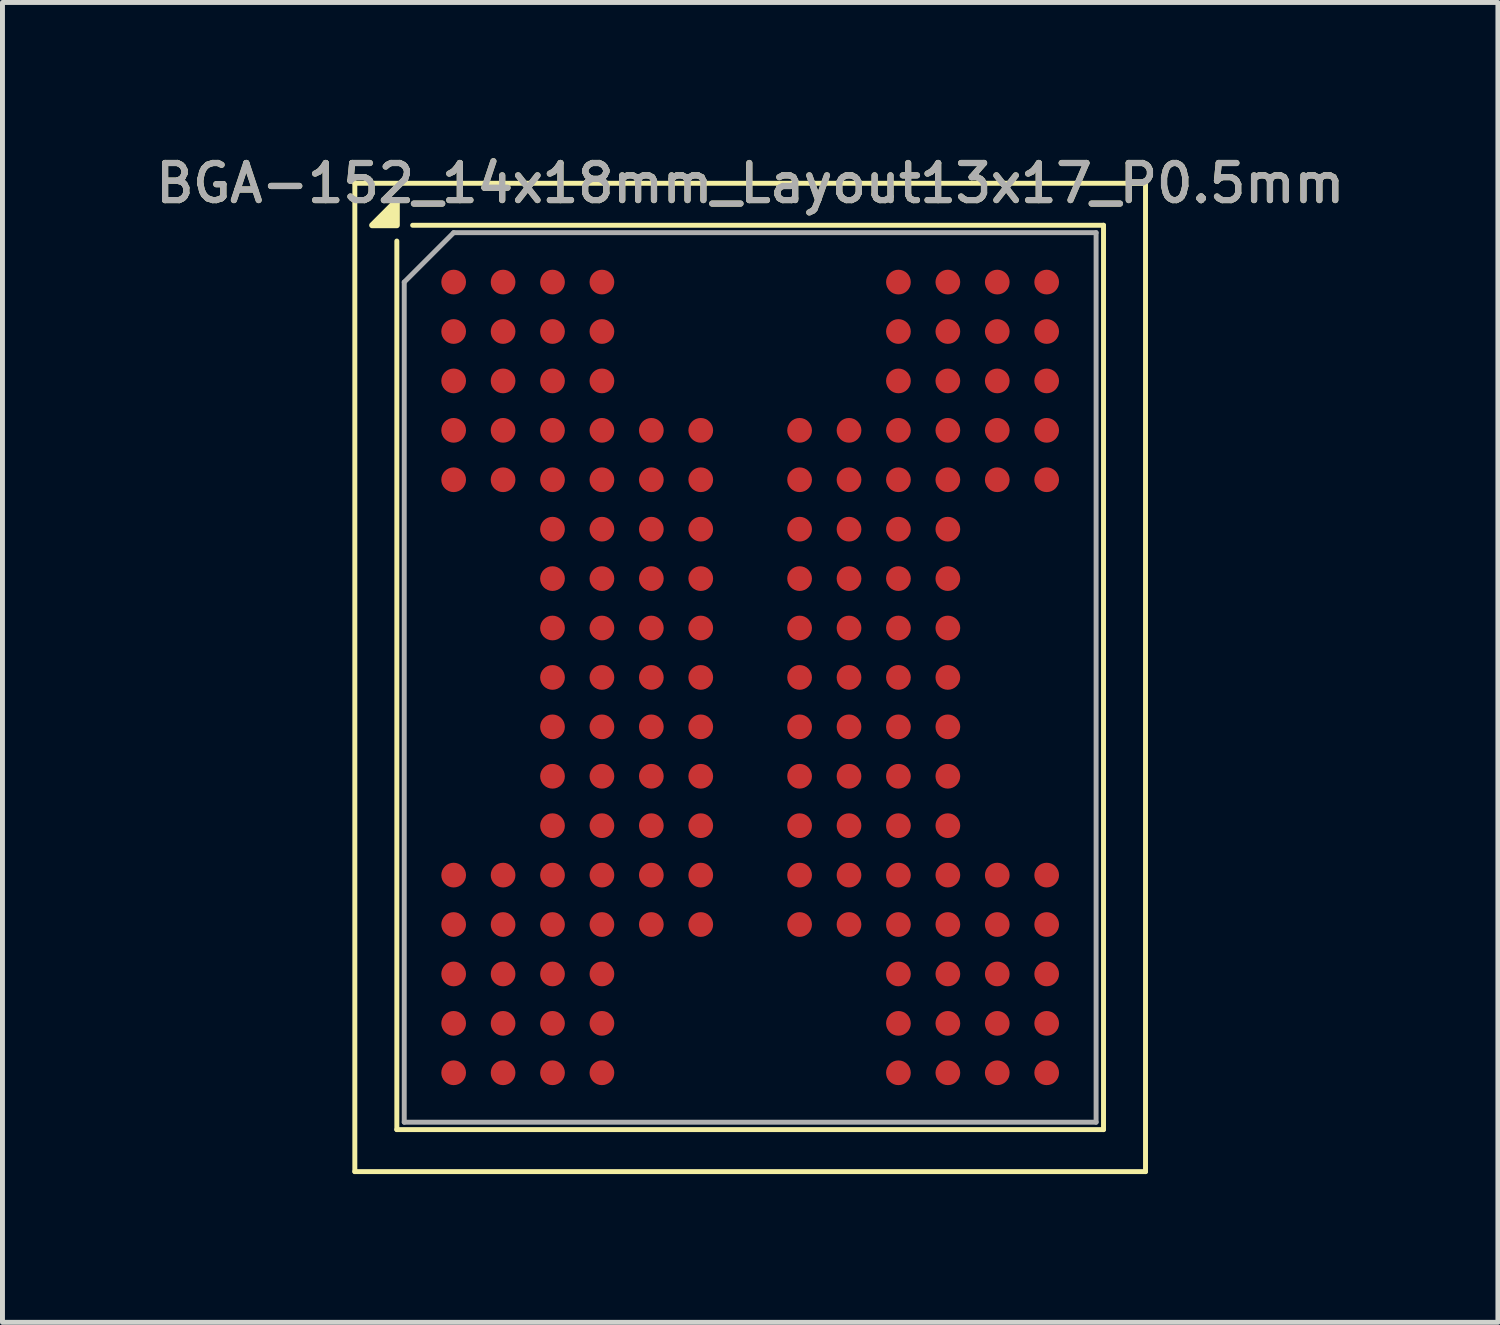
<source format=kicad_pcb>
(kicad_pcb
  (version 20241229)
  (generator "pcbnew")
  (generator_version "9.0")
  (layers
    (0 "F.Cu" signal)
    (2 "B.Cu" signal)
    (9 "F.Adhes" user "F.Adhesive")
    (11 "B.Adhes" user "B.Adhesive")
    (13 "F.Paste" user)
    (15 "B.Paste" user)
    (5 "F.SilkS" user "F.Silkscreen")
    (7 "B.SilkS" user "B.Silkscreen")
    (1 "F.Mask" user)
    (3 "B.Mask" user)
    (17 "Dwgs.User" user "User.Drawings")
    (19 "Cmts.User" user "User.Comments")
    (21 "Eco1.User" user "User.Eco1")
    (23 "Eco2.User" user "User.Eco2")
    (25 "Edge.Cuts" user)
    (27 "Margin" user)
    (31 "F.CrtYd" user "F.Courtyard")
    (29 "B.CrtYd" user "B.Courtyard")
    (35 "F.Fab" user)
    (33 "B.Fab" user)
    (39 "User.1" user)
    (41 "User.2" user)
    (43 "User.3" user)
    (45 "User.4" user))
  (footprint "BGA-152_14x18mm_Layout13x17_P0.5mm"
    (layer "F.Cu")
    (at 12.13 10.658)
    (property "Reference" "BGA-152_14x18mm_Layout13x17_P0.5mm" (at 0 -10 0) (layer "F.SilkS") (effects (font (size 0.75 0.75) (thickness 0.125))))
    (attr smd)
    (fp_line (start -8 -10) (end 8 -10) (stroke (width 0.1) (type solid)) (layer "F.SilkS"))
    (fp_line (start -8 10) (end -8 -10) (stroke (width 0.1) (type solid)) (layer "F.SilkS"))
    (fp_line (start -7.15 9.15) (end -7.15 -8.83) (stroke (width 0.1) (type solid)) (layer "F.SilkS"))
    (fp_line (start -6.83 -9.15) (end 7.15 -9.15) (stroke (width 0.1) (type solid)) (layer "F.SilkS"))
    (fp_line (start 7.15 -9.15) (end 7.15 9.15) (stroke (width 0.1) (type solid)) (layer "F.SilkS"))
    (fp_line (start 7.15 9.15) (end -7.15 9.15) (stroke (width 0.1) (type solid)) (layer "F.SilkS"))
    (fp_line (start 8 -10) (end 8 10) (stroke (width 0.1) (type solid)) (layer "F.SilkS"))
    (fp_line (start 8 10) (end -8 10) (stroke (width 0.1) (type solid)) (layer "F.SilkS"))
    (fp_poly (pts (xy -7.15 -9.15) (xy -7.65 -9.15) (xy -7.15 -9.65) (xy -7.15 -9.15)) (stroke (width 0.12) (type solid)) (fill yes) (layer "F.SilkS"))
    (fp_line (start -7 -8) (end -7 9) (stroke (width 0.1) (type solid)) (layer "F.Fab"))
    (fp_line (start -7 9) (end 7 9) (stroke (width 0.1) (type solid)) (layer "F.Fab"))
    (fp_line (start -6 -9) (end -7 -8) (stroke (width 0.1) (type solid)) (layer "F.Fab"))
    (fp_line (start 7 -9) (end -6 -9) (stroke (width 0.1) (type solid)) (layer "F.Fab"))
    (fp_line (start 7 9) (end 7 -9) (stroke (width 0.1) (type solid)) (layer "F.Fab"))
    (fp_text user "${REFERENCE}" (at 0 -10 0) (layer "F.Fab") (effects (font (size 0.75 0.75) (thickness 0.125))))
    (pad "A1" smd circle (at -6 -8) (size 0.5 0.5) (property pad_prop_bga) (layers "F.Cu" "F.Mask" "F.Paste"))
    (pad "A2" smd circle (at -5 -8) (size 0.5 0.5) (property pad_prop_bga) (layers "F.Cu" "F.Mask" "F.Paste"))
    (pad "A3" smd circle (at -4 -8) (size 0.5 0.5) (property pad_prop_bga) (layers "F.Cu" "F.Mask" "F.Paste"))
    (pad "A4" smd circle (at -3 -8) (size 0.5 0.5) (property pad_prop_bga) (layers "F.Cu" "F.Mask" "F.Paste"))
    (pad "A10" smd circle (at 3 -8) (size 0.5 0.5) (property pad_prop_bga) (layers "F.Cu" "F.Mask" "F.Paste"))
    (pad "A11" smd circle (at 4 -8) (size 0.5 0.5) (property pad_prop_bga) (layers "F.Cu" "F.Mask" "F.Paste"))
    (pad "A12" smd circle (at 5 -8) (size 0.5 0.5) (property pad_prop_bga) (layers "F.Cu" "F.Mask" "F.Paste"))
    (pad "A13" smd circle (at 6 -8) (size 0.5 0.5) (property pad_prop_bga) (layers "F.Cu" "F.Mask" "F.Paste"))
    (pad "B1" smd circle (at -6 -7) (size 0.5 0.5) (property pad_prop_bga) (layers "F.Cu" "F.Mask" "F.Paste"))
    (pad "B2" smd circle (at -5 -7) (size 0.5 0.5) (property pad_prop_bga) (layers "F.Cu" "F.Mask" "F.Paste"))
    (pad "B3" smd circle (at -4 -7) (size 0.5 0.5) (property pad_prop_bga) (layers "F.Cu" "F.Mask" "F.Paste"))
    (pad "B4" smd circle (at -3 -7) (size 0.5 0.5) (property pad_prop_bga) (layers "F.Cu" "F.Mask" "F.Paste"))
    (pad "B10" smd circle (at 3 -7) (size 0.5 0.5) (property pad_prop_bga) (layers "F.Cu" "F.Mask" "F.Paste"))
    (pad "B11" smd circle (at 4 -7) (size 0.5 0.5) (property pad_prop_bga) (layers "F.Cu" "F.Mask" "F.Paste"))
    (pad "B12" smd circle (at 5 -7) (size 0.5 0.5) (property pad_prop_bga) (layers "F.Cu" "F.Mask" "F.Paste"))
    (pad "B13" smd circle (at 6 -7) (size 0.5 0.5) (property pad_prop_bga) (layers "F.Cu" "F.Mask" "F.Paste"))
    (pad "C1" smd circle (at -6 -6) (size 0.5 0.5) (property pad_prop_bga) (layers "F.Cu" "F.Mask" "F.Paste"))
    (pad "C2" smd circle (at -5 -6) (size 0.5 0.5) (property pad_prop_bga) (layers "F.Cu" "F.Mask" "F.Paste"))
    (pad "C3" smd circle (at -4 -6) (size 0.5 0.5) (property pad_prop_bga) (layers "F.Cu" "F.Mask" "F.Paste"))
    (pad "C4" smd circle (at -3 -6) (size 0.5 0.5) (property pad_prop_bga) (layers "F.Cu" "F.Mask" "F.Paste"))
    (pad "C10" smd circle (at 3 -6) (size 0.5 0.5) (property pad_prop_bga) (layers "F.Cu" "F.Mask" "F.Paste"))
    (pad "C11" smd circle (at 4 -6) (size 0.5 0.5) (property pad_prop_bga) (layers "F.Cu" "F.Mask" "F.Paste"))
    (pad "C12" smd circle (at 5 -6) (size 0.5 0.5) (property pad_prop_bga) (layers "F.Cu" "F.Mask" "F.Paste"))
    (pad "C13" smd circle (at 6 -6) (size 0.5 0.5) (property pad_prop_bga) (layers "F.Cu" "F.Mask" "F.Paste"))
    (pad "D1" smd circle (at -6 -5) (size 0.5 0.5) (property pad_prop_bga) (layers "F.Cu" "F.Mask" "F.Paste"))
    (pad "D2" smd circle (at -5 -5) (size 0.5 0.5) (property pad_prop_bga) (layers "F.Cu" "F.Mask" "F.Paste"))
    (pad "D3" smd circle (at -4 -5) (size 0.5 0.5) (property pad_prop_bga) (layers "F.Cu" "F.Mask" "F.Paste"))
    (pad "D4" smd circle (at -3 -5) (size 0.5 0.5) (property pad_prop_bga) (layers "F.Cu" "F.Mask" "F.Paste"))
    (pad "D5" smd circle (at -2 -5) (size 0.5 0.5) (property pad_prop_bga) (layers "F.Cu" "F.Mask" "F.Paste"))
    (pad "D6" smd circle (at -1 -5) (size 0.5 0.5) (property pad_prop_bga) (layers "F.Cu" "F.Mask" "F.Paste"))
    (pad "D8" smd circle (at 1 -5) (size 0.5 0.5) (property pad_prop_bga) (layers "F.Cu" "F.Mask" "F.Paste"))
    (pad "D9" smd circle (at 2 -5) (size 0.5 0.5) (property pad_prop_bga) (layers "F.Cu" "F.Mask" "F.Paste"))
    (pad "D10" smd circle (at 3 -5) (size 0.5 0.5) (property pad_prop_bga) (layers "F.Cu" "F.Mask" "F.Paste"))
    (pad "D11" smd circle (at 4 -5) (size 0.5 0.5) (property pad_prop_bga) (layers "F.Cu" "F.Mask" "F.Paste"))
    (pad "D12" smd circle (at 5 -5) (size 0.5 0.5) (property pad_prop_bga) (layers "F.Cu" "F.Mask" "F.Paste"))
    (pad "D13" smd circle (at 6 -5) (size 0.5 0.5) (property pad_prop_bga) (layers "F.Cu" "F.Mask" "F.Paste"))
    (pad "E1" smd circle (at -6 -4) (size 0.5 0.5) (property pad_prop_bga) (layers "F.Cu" "F.Mask" "F.Paste"))
    (pad "E2" smd circle (at -5 -4) (size 0.5 0.5) (property pad_prop_bga) (layers "F.Cu" "F.Mask" "F.Paste"))
    (pad "E3" smd circle (at -4 -4) (size 0.5 0.5) (property pad_prop_bga) (layers "F.Cu" "F.Mask" "F.Paste"))
    (pad "E4" smd circle (at -3 -4) (size 0.5 0.5) (property pad_prop_bga) (layers "F.Cu" "F.Mask" "F.Paste"))
    (pad "E5" smd circle (at -2 -4) (size 0.5 0.5) (property pad_prop_bga) (layers "F.Cu" "F.Mask" "F.Paste"))
    (pad "E6" smd circle (at -1 -4) (size 0.5 0.5) (property pad_prop_bga) (layers "F.Cu" "F.Mask" "F.Paste"))
    (pad "E8" smd circle (at 1 -4) (size 0.5 0.5) (property pad_prop_bga) (layers "F.Cu" "F.Mask" "F.Paste"))
    (pad "E9" smd circle (at 2 -4) (size 0.5 0.5) (property pad_prop_bga) (layers "F.Cu" "F.Mask" "F.Paste"))
    (pad "E10" smd circle (at 3 -4) (size 0.5 0.5) (property pad_prop_bga) (layers "F.Cu" "F.Mask" "F.Paste"))
    (pad "E11" smd circle (at 4 -4) (size 0.5 0.5) (property pad_prop_bga) (layers "F.Cu" "F.Mask" "F.Paste"))
    (pad "E12" smd circle (at 5 -4) (size 0.5 0.5) (property pad_prop_bga) (layers "F.Cu" "F.Mask" "F.Paste"))
    (pad "E13" smd circle (at 6 -4) (size 0.5 0.5) (property pad_prop_bga) (layers "F.Cu" "F.Mask" "F.Paste"))
    (pad "F3" smd circle (at -4 -3) (size 0.5 0.5) (property pad_prop_bga) (layers "F.Cu" "F.Mask" "F.Paste"))
    (pad "F4" smd circle (at -3 -3) (size 0.5 0.5) (property pad_prop_bga) (layers "F.Cu" "F.Mask" "F.Paste"))
    (pad "F5" smd circle (at -2 -3) (size 0.5 0.5) (property pad_prop_bga) (layers "F.Cu" "F.Mask" "F.Paste"))
    (pad "F6" smd circle (at -1 -3) (size 0.5 0.5) (property pad_prop_bga) (layers "F.Cu" "F.Mask" "F.Paste"))
    (pad "F8" smd circle (at 1 -3) (size 0.5 0.5) (property pad_prop_bga) (layers "F.Cu" "F.Mask" "F.Paste"))
    (pad "F9" smd circle (at 2 -3) (size 0.5 0.5) (property pad_prop_bga) (layers "F.Cu" "F.Mask" "F.Paste"))
    (pad "F10" smd circle (at 3 -3) (size 0.5 0.5) (property pad_prop_bga) (layers "F.Cu" "F.Mask" "F.Paste"))
    (pad "F11" smd circle (at 4 -3) (size 0.5 0.5) (property pad_prop_bga) (layers "F.Cu" "F.Mask" "F.Paste"))
    (pad "G3" smd circle (at -4 -2) (size 0.5 0.5) (property pad_prop_bga) (layers "F.Cu" "F.Mask" "F.Paste"))
    (pad "G4" smd circle (at -3 -2) (size 0.5 0.5) (property pad_prop_bga) (layers "F.Cu" "F.Mask" "F.Paste"))
    (pad "G5" smd circle (at -2 -2) (size 0.5 0.5) (property pad_prop_bga) (layers "F.Cu" "F.Mask" "F.Paste"))
    (pad "G6" smd circle (at -1 -2) (size 0.5 0.5) (property pad_prop_bga) (layers "F.Cu" "F.Mask" "F.Paste"))
    (pad "G8" smd circle (at 1 -2) (size 0.5 0.5) (property pad_prop_bga) (layers "F.Cu" "F.Mask" "F.Paste"))
    (pad "G9" smd circle (at 2 -2) (size 0.5 0.5) (property pad_prop_bga) (layers "F.Cu" "F.Mask" "F.Paste"))
    (pad "G10" smd circle (at 3 -2) (size 0.5 0.5) (property pad_prop_bga) (layers "F.Cu" "F.Mask" "F.Paste"))
    (pad "G11" smd circle (at 4 -2) (size 0.5 0.5) (property pad_prop_bga) (layers "F.Cu" "F.Mask" "F.Paste"))
    (pad "H3" smd circle (at -4 -1) (size 0.5 0.5) (property pad_prop_bga) (layers "F.Cu" "F.Mask" "F.Paste"))
    (pad "H4" smd circle (at -3 -1) (size 0.5 0.5) (property pad_prop_bga) (layers "F.Cu" "F.Mask" "F.Paste"))
    (pad "H5" smd circle (at -2 -1) (size 0.5 0.5) (property pad_prop_bga) (layers "F.Cu" "F.Mask" "F.Paste"))
    (pad "H6" smd circle (at -1 -1) (size 0.5 0.5) (property pad_prop_bga) (layers "F.Cu" "F.Mask" "F.Paste"))
    (pad "H8" smd circle (at 1 -1) (size 0.5 0.5) (property pad_prop_bga) (layers "F.Cu" "F.Mask" "F.Paste"))
    (pad "H9" smd circle (at 2 -1) (size 0.5 0.5) (property pad_prop_bga) (layers "F.Cu" "F.Mask" "F.Paste"))
    (pad "H10" smd circle (at 3 -1) (size 0.5 0.5) (property pad_prop_bga) (layers "F.Cu" "F.Mask" "F.Paste"))
    (pad "H11" smd circle (at 4 -1) (size 0.5 0.5) (property pad_prop_bga) (layers "F.Cu" "F.Mask" "F.Paste"))
    (pad "J3" smd circle (at -4 0) (size 0.5 0.5) (property pad_prop_bga) (layers "F.Cu" "F.Mask" "F.Paste"))
    (pad "J4" smd circle (at -3 0) (size 0.5 0.5) (property pad_prop_bga) (layers "F.Cu" "F.Mask" "F.Paste"))
    (pad "J5" smd circle (at -2 0) (size 0.5 0.5) (property pad_prop_bga) (layers "F.Cu" "F.Mask" "F.Paste"))
    (pad "J6" smd circle (at -1 0) (size 0.5 0.5) (property pad_prop_bga) (layers "F.Cu" "F.Mask" "F.Paste"))
    (pad "J8" smd circle (at 1 0) (size 0.5 0.5) (property pad_prop_bga) (layers "F.Cu" "F.Mask" "F.Paste"))
    (pad "J9" smd circle (at 2 0) (size 0.5 0.5) (property pad_prop_bga) (layers "F.Cu" "F.Mask" "F.Paste"))
    (pad "J10" smd circle (at 3 0) (size 0.5 0.5) (property pad_prop_bga) (layers "F.Cu" "F.Mask" "F.Paste"))
    (pad "J11" smd circle (at 4 0) (size 0.5 0.5) (property pad_prop_bga) (layers "F.Cu" "F.Mask" "F.Paste"))
    (pad "K3" smd circle (at -4 1) (size 0.5 0.5) (property pad_prop_bga) (layers "F.Cu" "F.Mask" "F.Paste"))
    (pad "K4" smd circle (at -3 1) (size 0.5 0.5) (property pad_prop_bga) (layers "F.Cu" "F.Mask" "F.Paste"))
    (pad "K5" smd circle (at -2 1) (size 0.5 0.5) (property pad_prop_bga) (layers "F.Cu" "F.Mask" "F.Paste"))
    (pad "K6" smd circle (at -1 1) (size 0.5 0.5) (property pad_prop_bga) (layers "F.Cu" "F.Mask" "F.Paste"))
    (pad "K8" smd circle (at 1 1) (size 0.5 0.5) (property pad_prop_bga) (layers "F.Cu" "F.Mask" "F.Paste"))
    (pad "K9" smd circle (at 2 1) (size 0.5 0.5) (property pad_prop_bga) (layers "F.Cu" "F.Mask" "F.Paste"))
    (pad "K10" smd circle (at 3 1) (size 0.5 0.5) (property pad_prop_bga) (layers "F.Cu" "F.Mask" "F.Paste"))
    (pad "K11" smd circle (at 4 1) (size 0.5 0.5) (property pad_prop_bga) (layers "F.Cu" "F.Mask" "F.Paste"))
    (pad "L3" smd circle (at -4 2) (size 0.5 0.5) (property pad_prop_bga) (layers "F.Cu" "F.Mask" "F.Paste"))
    (pad "L4" smd circle (at -3 2) (size 0.5 0.5) (property pad_prop_bga) (layers "F.Cu" "F.Mask" "F.Paste"))
    (pad "L5" smd circle (at -2 2) (size 0.5 0.5) (property pad_prop_bga) (layers "F.Cu" "F.Mask" "F.Paste"))
    (pad "L6" smd circle (at -1 2) (size 0.5 0.5) (property pad_prop_bga) (layers "F.Cu" "F.Mask" "F.Paste"))
    (pad "L8" smd circle (at 1 2) (size 0.5 0.5) (property pad_prop_bga) (layers "F.Cu" "F.Mask" "F.Paste"))
    (pad "L9" smd circle (at 2 2) (size 0.5 0.5) (property pad_prop_bga) (layers "F.Cu" "F.Mask" "F.Paste"))
    (pad "L10" smd circle (at 3 2) (size 0.5 0.5) (property pad_prop_bga) (layers "F.Cu" "F.Mask" "F.Paste"))
    (pad "L11" smd circle (at 4 2) (size 0.5 0.5) (property pad_prop_bga) (layers "F.Cu" "F.Mask" "F.Paste"))
    (pad "M3" smd circle (at -4 3) (size 0.5 0.5) (property pad_prop_bga) (layers "F.Cu" "F.Mask" "F.Paste"))
    (pad "M4" smd circle (at -3 3) (size 0.5 0.5) (property pad_prop_bga) (layers "F.Cu" "F.Mask" "F.Paste"))
    (pad "M5" smd circle (at -2 3) (size 0.5 0.5) (property pad_prop_bga) (layers "F.Cu" "F.Mask" "F.Paste"))
    (pad "M6" smd circle (at -1 3) (size 0.5 0.5) (property pad_prop_bga) (layers "F.Cu" "F.Mask" "F.Paste"))
    (pad "M8" smd circle (at 1 3) (size 0.5 0.5) (property pad_prop_bga) (layers "F.Cu" "F.Mask" "F.Paste"))
    (pad "M9" smd circle (at 2 3) (size 0.5 0.5) (property pad_prop_bga) (layers "F.Cu" "F.Mask" "F.Paste"))
    (pad "M10" smd circle (at 3 3) (size 0.5 0.5) (property pad_prop_bga) (layers "F.Cu" "F.Mask" "F.Paste"))
    (pad "M11" smd circle (at 4 3) (size 0.5 0.5) (property pad_prop_bga) (layers "F.Cu" "F.Mask" "F.Paste"))
    (pad "N1" smd circle (at -6 4) (size 0.5 0.5) (property pad_prop_bga) (layers "F.Cu" "F.Mask" "F.Paste"))
    (pad "N2" smd circle (at -5 4) (size 0.5 0.5) (property pad_prop_bga) (layers "F.Cu" "F.Mask" "F.Paste"))
    (pad "N3" smd circle (at -4 4) (size 0.5 0.5) (property pad_prop_bga) (layers "F.Cu" "F.Mask" "F.Paste"))
    (pad "N4" smd circle (at -3 4) (size 0.5 0.5) (property pad_prop_bga) (layers "F.Cu" "F.Mask" "F.Paste"))
    (pad "N5" smd circle (at -2 4) (size 0.5 0.5) (property pad_prop_bga) (layers "F.Cu" "F.Mask" "F.Paste"))
    (pad "N6" smd circle (at -1 4) (size 0.5 0.5) (property pad_prop_bga) (layers "F.Cu" "F.Mask" "F.Paste"))
    (pad "N8" smd circle (at 1 4) (size 0.5 0.5) (property pad_prop_bga) (layers "F.Cu" "F.Mask" "F.Paste"))
    (pad "N9" smd circle (at 2 4) (size 0.5 0.5) (property pad_prop_bga) (layers "F.Cu" "F.Mask" "F.Paste"))
    (pad "N10" smd circle (at 3 4) (size 0.5 0.5) (property pad_prop_bga) (layers "F.Cu" "F.Mask" "F.Paste"))
    (pad "N11" smd circle (at 4 4) (size 0.5 0.5) (property pad_prop_bga) (layers "F.Cu" "F.Mask" "F.Paste"))
    (pad "N12" smd circle (at 5 4) (size 0.5 0.5) (property pad_prop_bga) (layers "F.Cu" "F.Mask" "F.Paste"))
    (pad "N13" smd circle (at 6 4) (size 0.5 0.5) (property pad_prop_bga) (layers "F.Cu" "F.Mask" "F.Paste"))
    (pad "P1" smd circle (at -6 5) (size 0.5 0.5) (property pad_prop_bga) (layers "F.Cu" "F.Mask" "F.Paste"))
    (pad "P2" smd circle (at -5 5) (size 0.5 0.5) (property pad_prop_bga) (layers "F.Cu" "F.Mask" "F.Paste"))
    (pad "P3" smd circle (at -4 5) (size 0.5 0.5) (property pad_prop_bga) (layers "F.Cu" "F.Mask" "F.Paste"))
    (pad "P4" smd circle (at -3 5) (size 0.5 0.5) (property pad_prop_bga) (layers "F.Cu" "F.Mask" "F.Paste"))
    (pad "P5" smd circle (at -2 5) (size 0.5 0.5) (property pad_prop_bga) (layers "F.Cu" "F.Mask" "F.Paste"))
    (pad "P6" smd circle (at -1 5) (size 0.5 0.5) (property pad_prop_bga) (layers "F.Cu" "F.Mask" "F.Paste"))
    (pad "P8" smd circle (at 1 5) (size 0.5 0.5) (property pad_prop_bga) (layers "F.Cu" "F.Mask" "F.Paste"))
    (pad "P9" smd circle (at 2 5) (size 0.5 0.5) (property pad_prop_bga) (layers "F.Cu" "F.Mask" "F.Paste"))
    (pad "P10" smd circle (at 3 5) (size 0.5 0.5) (property pad_prop_bga) (layers "F.Cu" "F.Mask" "F.Paste"))
    (pad "P11" smd circle (at 4 5) (size 0.5 0.5) (property pad_prop_bga) (layers "F.Cu" "F.Mask" "F.Paste"))
    (pad "P12" smd circle (at 5 5) (size 0.5 0.5) (property pad_prop_bga) (layers "F.Cu" "F.Mask" "F.Paste"))
    (pad "P13" smd circle (at 6 5) (size 0.5 0.5) (property pad_prop_bga) (layers "F.Cu" "F.Mask" "F.Paste"))
    (pad "R1" smd circle (at -6 6) (size 0.5 0.5) (property pad_prop_bga) (layers "F.Cu" "F.Mask" "F.Paste"))
    (pad "R2" smd circle (at -5 6) (size 0.5 0.5) (property pad_prop_bga) (layers "F.Cu" "F.Mask" "F.Paste"))
    (pad "R3" smd circle (at -4 6) (size 0.5 0.5) (property pad_prop_bga) (layers "F.Cu" "F.Mask" "F.Paste"))
    (pad "R4" smd circle (at -3 6) (size 0.5 0.5) (property pad_prop_bga) (layers "F.Cu" "F.Mask" "F.Paste"))
    (pad "R10" smd circle (at 3 6) (size 0.5 0.5) (property pad_prop_bga) (layers "F.Cu" "F.Mask" "F.Paste"))
    (pad "R11" smd circle (at 4 6) (size 0.5 0.5) (property pad_prop_bga) (layers "F.Cu" "F.Mask" "F.Paste"))
    (pad "R12" smd circle (at 5 6) (size 0.5 0.5) (property pad_prop_bga) (layers "F.Cu" "F.Mask" "F.Paste"))
    (pad "R13" smd circle (at 6 6) (size 0.5 0.5) (property pad_prop_bga) (layers "F.Cu" "F.Mask" "F.Paste"))
    (pad "T1" smd circle (at -6 7) (size 0.5 0.5) (property pad_prop_bga) (layers "F.Cu" "F.Mask" "F.Paste"))
    (pad "T2" smd circle (at -5 7) (size 0.5 0.5) (property pad_prop_bga) (layers "F.Cu" "F.Mask" "F.Paste"))
    (pad "T3" smd circle (at -4 7) (size 0.5 0.5) (property pad_prop_bga) (layers "F.Cu" "F.Mask" "F.Paste"))
    (pad "T4" smd circle (at -3 7) (size 0.5 0.5) (property pad_prop_bga) (layers "F.Cu" "F.Mask" "F.Paste"))
    (pad "T10" smd circle (at 3 7) (size 0.5 0.5) (property pad_prop_bga) (layers "F.Cu" "F.Mask" "F.Paste"))
    (pad "T11" smd circle (at 4 7) (size 0.5 0.5) (property pad_prop_bga) (layers "F.Cu" "F.Mask" "F.Paste"))
    (pad "T12" smd circle (at 5 7) (size 0.5 0.5) (property pad_prop_bga) (layers "F.Cu" "F.Mask" "F.Paste"))
    (pad "T13" smd circle (at 6 7) (size 0.5 0.5) (property pad_prop_bga) (layers "F.Cu" "F.Mask" "F.Paste"))
    (pad "U1" smd circle (at -6 8) (size 0.5 0.5) (property pad_prop_bga) (layers "F.Cu" "F.Mask" "F.Paste"))
    (pad "U2" smd circle (at -5 8) (size 0.5 0.5) (property pad_prop_bga) (layers "F.Cu" "F.Mask" "F.Paste"))
    (pad "U3" smd circle (at -4 8) (size 0.5 0.5) (property pad_prop_bga) (layers "F.Cu" "F.Mask" "F.Paste"))
    (pad "U4" smd circle (at -3 8) (size 0.5 0.5) (property pad_prop_bga) (layers "F.Cu" "F.Mask" "F.Paste"))
    (pad "U10" smd circle (at 3 8) (size 0.5 0.5) (property pad_prop_bga) (layers "F.Cu" "F.Mask" "F.Paste"))
    (pad "U11" smd circle (at 4 8) (size 0.5 0.5) (property pad_prop_bga) (layers "F.Cu" "F.Mask" "F.Paste"))
    (pad "U12" smd circle (at 5 8) (size 0.5 0.5) (property pad_prop_bga) (layers "F.Cu" "F.Mask" "F.Paste"))
    (pad "U13" smd circle (at 6 8) (size 0.5 0.5) (property pad_prop_bga) (layers "F.Cu" "F.Mask" "F.Paste")))
  (gr_rect
    (start -3 -3)
    (end 27.261 23.708)
    (stroke (width 0.1) (type default))
    (fill no)
    (layer "Edge.Cuts")))
</source>
